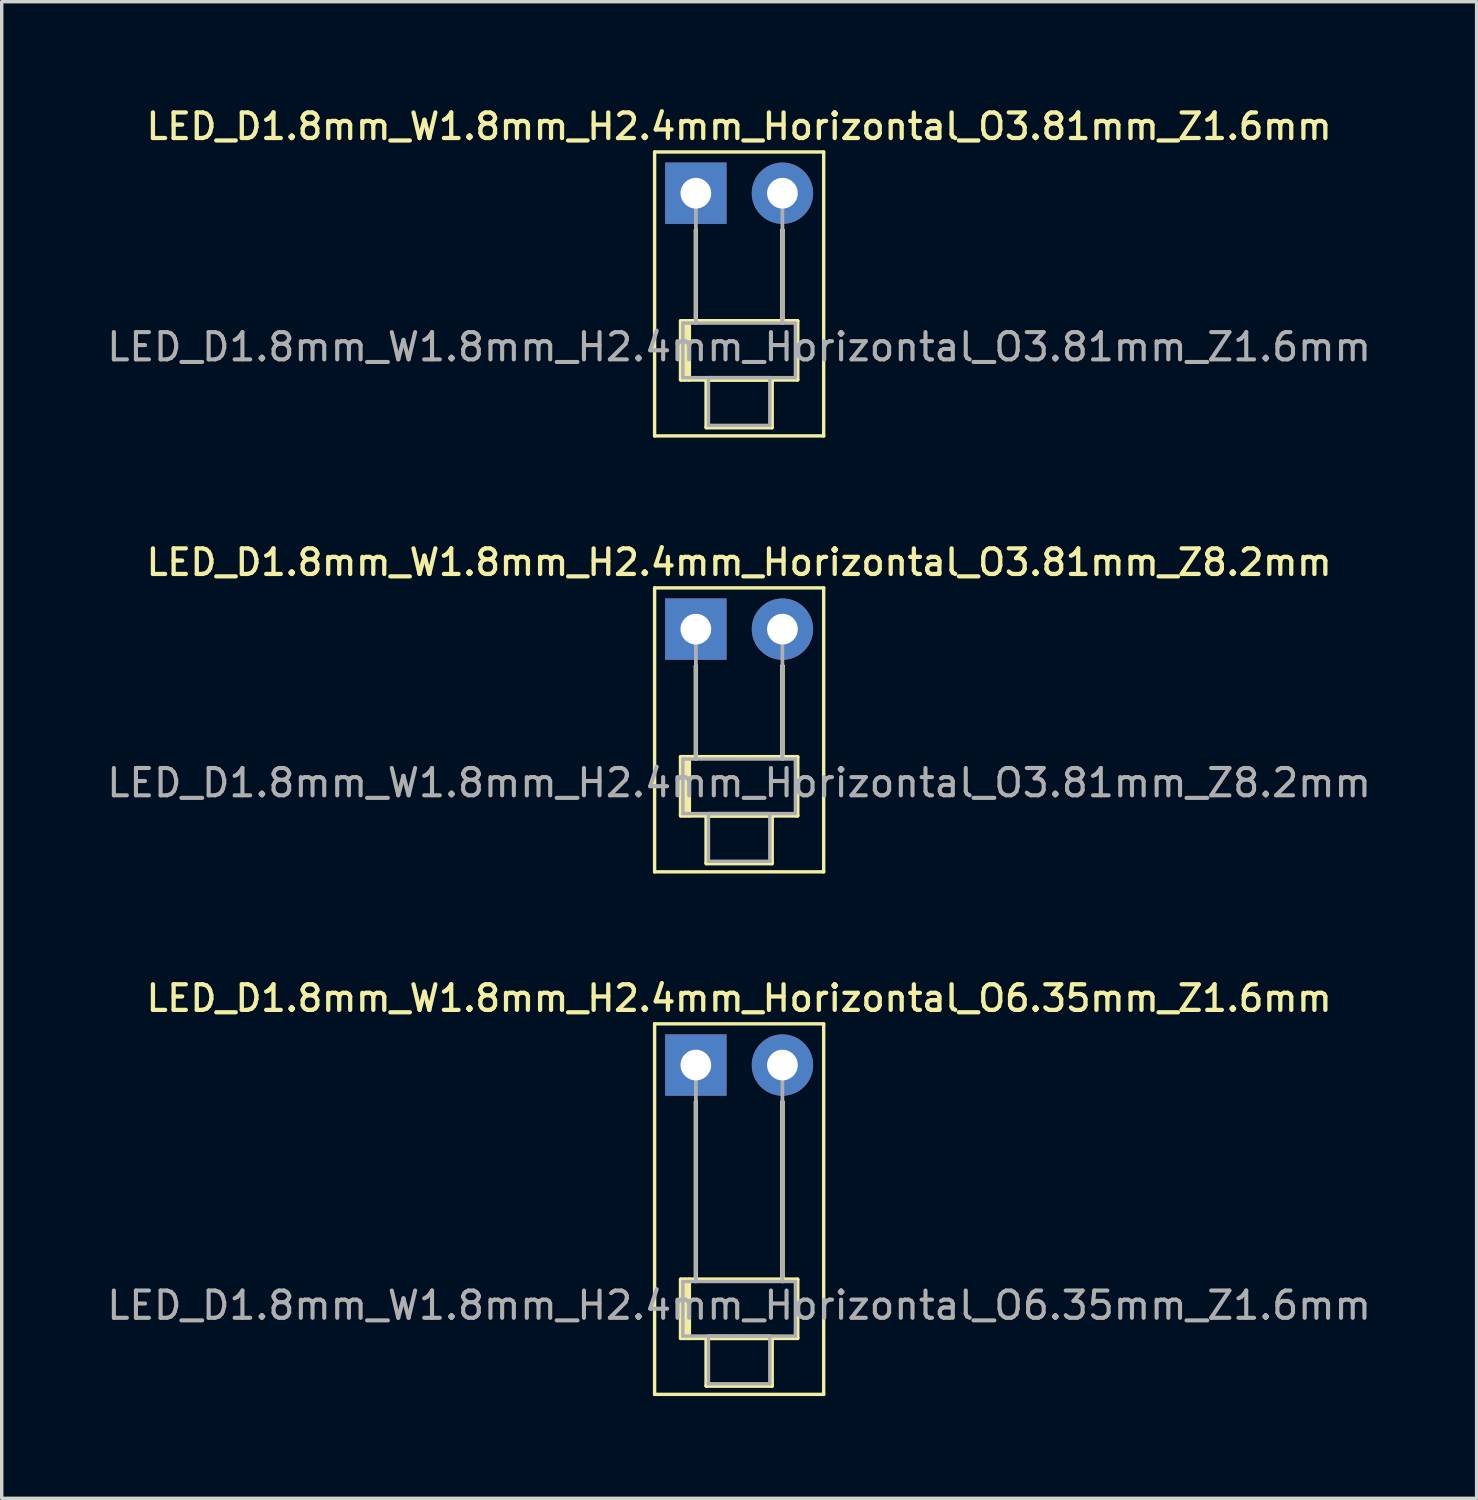
<source format=kicad_pcb>
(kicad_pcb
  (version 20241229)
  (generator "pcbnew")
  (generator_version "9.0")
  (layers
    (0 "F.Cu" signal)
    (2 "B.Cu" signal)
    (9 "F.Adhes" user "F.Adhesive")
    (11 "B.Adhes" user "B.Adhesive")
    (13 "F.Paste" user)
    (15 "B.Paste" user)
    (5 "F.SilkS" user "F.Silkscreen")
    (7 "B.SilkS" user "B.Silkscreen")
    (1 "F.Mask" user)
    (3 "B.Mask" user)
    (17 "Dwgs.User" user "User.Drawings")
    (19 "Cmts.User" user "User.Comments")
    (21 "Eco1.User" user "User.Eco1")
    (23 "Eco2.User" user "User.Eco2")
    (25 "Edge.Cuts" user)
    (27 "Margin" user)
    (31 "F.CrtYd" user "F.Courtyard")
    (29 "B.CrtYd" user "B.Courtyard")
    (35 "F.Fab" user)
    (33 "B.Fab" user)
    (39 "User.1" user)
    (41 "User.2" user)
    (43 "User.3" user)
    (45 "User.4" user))
  (footprint "LED_D1.8mm_W1.8mm_H2.4mm_Horizontal_O6.35mm_Z1.6mm"
    (layer "F.Cu")
    (at 17.363 28.194)
    (property "Reference" "LED_D1.8mm_W1.8mm_H2.4mm_Horizontal_O6.35mm_Z1.6mm" (at 1.27 -1.96 0) (layer "F.SilkS") (effects (font (size 0.75 0.75) (thickness 0.125))))
    (attr through_hole)
    (fp_line (start -1.21 -1.21) (end -1.21 9.66) (stroke (width 0.1) (type solid)) (layer "F.SilkS"))
    (fp_line (start -1.21 9.66) (end 3.75 9.66) (stroke (width 0.1) (type solid)) (layer "F.SilkS"))
    (fp_line (start -0.44 6.29) (end -0.44 8.01) (stroke (width 0.12) (type solid)) (layer "F.SilkS"))
    (fp_line (start -0.44 8.01) (end 2.98 8.01) (stroke (width 0.12) (type solid)) (layer "F.SilkS"))
    (fp_line (start -0.32 6.29) (end -0.32 8.01) (stroke (width 0.12) (type solid)) (layer "F.SilkS"))
    (fp_line (start -0.2 6.29) (end -0.2 8.01) (stroke (width 0.12) (type solid)) (layer "F.SilkS"))
    (fp_line (start 0 1.08) (end 0 1.08) (stroke (width 0.12) (type solid)) (layer "F.SilkS"))
    (fp_line (start 0 1.08) (end 0 6.29) (stroke (width 0.12) (type solid)) (layer "F.SilkS"))
    (fp_line (start 0 6.29) (end 0 1.08) (stroke (width 0.12) (type solid)) (layer "F.SilkS"))
    (fp_line (start 0 6.29) (end 0 6.29) (stroke (width 0.12) (type solid)) (layer "F.SilkS"))
    (fp_line (start 0.31 8.01) (end 0.31 9.41) (stroke (width 0.12) (type solid)) (layer "F.SilkS"))
    (fp_line (start 0.31 9.41) (end 2.23 9.41) (stroke (width 0.12) (type solid)) (layer "F.SilkS"))
    (fp_line (start 2.23 8.01) (end 0.31 8.01) (stroke (width 0.12) (type solid)) (layer "F.SilkS"))
    (fp_line (start 2.23 9.41) (end 2.23 8.01) (stroke (width 0.12) (type solid)) (layer "F.SilkS"))
    (fp_line (start 2.54 1.08) (end 2.54 1.08) (stroke (width 0.12) (type solid)) (layer "F.SilkS"))
    (fp_line (start 2.54 1.08) (end 2.54 6.29) (stroke (width 0.12) (type solid)) (layer "F.SilkS"))
    (fp_line (start 2.54 6.29) (end 2.54 1.08) (stroke (width 0.12) (type solid)) (layer "F.SilkS"))
    (fp_line (start 2.54 6.29) (end 2.54 6.29) (stroke (width 0.12) (type solid)) (layer "F.SilkS"))
    (fp_line (start 2.98 6.29) (end -0.44 6.29) (stroke (width 0.12) (type solid)) (layer "F.SilkS"))
    (fp_line (start 2.98 8.01) (end 2.98 6.29) (stroke (width 0.12) (type solid)) (layer "F.SilkS"))
    (fp_line (start 3.75 -1.21) (end -1.21 -1.21) (stroke (width 0.1) (type solid)) (layer "F.SilkS"))
    (fp_line (start 3.75 9.66) (end 3.75 -1.21) (stroke (width 0.1) (type solid)) (layer "F.SilkS"))
    (fp_line (start -0.38 6.35) (end -0.38 7.95) (stroke (width 0.1) (type solid)) (layer "F.Fab"))
    (fp_line (start -0.38 7.95) (end 2.92 7.95) (stroke (width 0.1) (type solid)) (layer "F.Fab"))
    (fp_line (start 0 0) (end 0 0) (stroke (width 0.1) (type solid)) (layer "F.Fab"))
    (fp_line (start 0 0) (end 0 6.35) (stroke (width 0.1) (type solid)) (layer "F.Fab"))
    (fp_line (start 0 6.35) (end 0 0) (stroke (width 0.1) (type solid)) (layer "F.Fab"))
    (fp_line (start 0 6.35) (end 0 6.35) (stroke (width 0.1) (type solid)) (layer "F.Fab"))
    (fp_line (start 0.37 7.95) (end 0.37 9.35) (stroke (width 0.1) (type solid)) (layer "F.Fab"))
    (fp_line (start 0.37 9.35) (end 2.17 9.35) (stroke (width 0.1) (type solid)) (layer "F.Fab"))
    (fp_line (start 2.17 7.95) (end 0.37 7.95) (stroke (width 0.1) (type solid)) (layer "F.Fab"))
    (fp_line (start 2.17 9.35) (end 2.17 7.95) (stroke (width 0.1) (type solid)) (layer "F.Fab"))
    (fp_line (start 2.54 0) (end 2.54 0) (stroke (width 0.1) (type solid)) (layer "F.Fab"))
    (fp_line (start 2.54 0) (end 2.54 6.35) (stroke (width 0.1) (type solid)) (layer "F.Fab"))
    (fp_line (start 2.54 6.35) (end 2.54 0) (stroke (width 0.1) (type solid)) (layer "F.Fab"))
    (fp_line (start 2.54 6.35) (end 2.54 6.35) (stroke (width 0.1) (type solid)) (layer "F.Fab"))
    (fp_line (start 2.92 6.35) (end -0.38 6.35) (stroke (width 0.1) (type solid)) (layer "F.Fab"))
    (fp_line (start 2.92 7.95) (end 2.92 6.35) (stroke (width 0.1) (type solid)) (layer "F.Fab"))
    (fp_text user "${REFERENCE}" (at 1.27 7.05 0) (layer "F.Fab") (effects (font (size 0.8 0.8) (thickness 0.12))))
    (pad "1" thru_hole rect (at 0 0) (size 1.8 1.8) (drill 0.9) (layers "*.Cu" "*.Mask"))
    (pad "2" thru_hole circle (at 2.54 0) (size 1.8 1.8) (drill 0.9) (layers "*.Cu" "*.Mask")))
  (footprint "LED_D1.8mm_W1.8mm_H2.4mm_Horizontal_O3.81mm_Z1.6mm"
    (layer "F.Cu")
    (at 17.363 2.618)
    (property "Reference" "LED_D1.8mm_W1.8mm_H2.4mm_Horizontal_O3.81mm_Z1.6mm" (at 1.27 -1.96 0) (layer "F.SilkS") (effects (font (size 0.75 0.75) (thickness 0.125))))
    (attr through_hole)
    (fp_line (start -1.21 -1.21) (end -1.21 7.12) (stroke (width 0.1) (type solid)) (layer "F.SilkS"))
    (fp_line (start -1.21 7.12) (end 3.75 7.12) (stroke (width 0.1) (type solid)) (layer "F.SilkS"))
    (fp_line (start -0.44 3.75) (end -0.44 5.47) (stroke (width 0.12) (type solid)) (layer "F.SilkS"))
    (fp_line (start -0.44 5.47) (end 2.98 5.47) (stroke (width 0.12) (type solid)) (layer "F.SilkS"))
    (fp_line (start -0.32 3.75) (end -0.32 5.47) (stroke (width 0.12) (type solid)) (layer "F.SilkS"))
    (fp_line (start -0.2 3.75) (end -0.2 5.47) (stroke (width 0.12) (type solid)) (layer "F.SilkS"))
    (fp_line (start 0 1.08) (end 0 1.08) (stroke (width 0.12) (type solid)) (layer "F.SilkS"))
    (fp_line (start 0 1.08) (end 0 3.75) (stroke (width 0.12) (type solid)) (layer "F.SilkS"))
    (fp_line (start 0 3.75) (end 0 1.08) (stroke (width 0.12) (type solid)) (layer "F.SilkS"))
    (fp_line (start 0 3.75) (end 0 3.75) (stroke (width 0.12) (type solid)) (layer "F.SilkS"))
    (fp_line (start 0.31 5.47) (end 0.31 6.87) (stroke (width 0.12) (type solid)) (layer "F.SilkS"))
    (fp_line (start 0.31 6.87) (end 2.23 6.87) (stroke (width 0.12) (type solid)) (layer "F.SilkS"))
    (fp_line (start 2.23 5.47) (end 0.31 5.47) (stroke (width 0.12) (type solid)) (layer "F.SilkS"))
    (fp_line (start 2.23 6.87) (end 2.23 5.47) (stroke (width 0.12) (type solid)) (layer "F.SilkS"))
    (fp_line (start 2.54 1.08) (end 2.54 1.08) (stroke (width 0.12) (type solid)) (layer "F.SilkS"))
    (fp_line (start 2.54 1.08) (end 2.54 3.75) (stroke (width 0.12) (type solid)) (layer "F.SilkS"))
    (fp_line (start 2.54 3.75) (end 2.54 1.08) (stroke (width 0.12) (type solid)) (layer "F.SilkS"))
    (fp_line (start 2.54 3.75) (end 2.54 3.75) (stroke (width 0.12) (type solid)) (layer "F.SilkS"))
    (fp_line (start 2.98 3.75) (end -0.44 3.75) (stroke (width 0.12) (type solid)) (layer "F.SilkS"))
    (fp_line (start 2.98 5.47) (end 2.98 3.75) (stroke (width 0.12) (type solid)) (layer "F.SilkS"))
    (fp_line (start 3.75 -1.21) (end -1.21 -1.21) (stroke (width 0.1) (type solid)) (layer "F.SilkS"))
    (fp_line (start 3.75 7.12) (end 3.75 -1.21) (stroke (width 0.1) (type solid)) (layer "F.SilkS"))
    (fp_line (start -0.38 3.81) (end -0.38 5.41) (stroke (width 0.1) (type solid)) (layer "F.Fab"))
    (fp_line (start -0.38 5.41) (end 2.92 5.41) (stroke (width 0.1) (type solid)) (layer "F.Fab"))
    (fp_line (start 0 0) (end 0 0) (stroke (width 0.1) (type solid)) (layer "F.Fab"))
    (fp_line (start 0 0) (end 0 3.81) (stroke (width 0.1) (type solid)) (layer "F.Fab"))
    (fp_line (start 0 3.81) (end 0 0) (stroke (width 0.1) (type solid)) (layer "F.Fab"))
    (fp_line (start 0 3.81) (end 0 3.81) (stroke (width 0.1) (type solid)) (layer "F.Fab"))
    (fp_line (start 0.37 5.41) (end 0.37 6.81) (stroke (width 0.1) (type solid)) (layer "F.Fab"))
    (fp_line (start 0.37 6.81) (end 2.17 6.81) (stroke (width 0.1) (type solid)) (layer "F.Fab"))
    (fp_line (start 2.17 5.41) (end 0.37 5.41) (stroke (width 0.1) (type solid)) (layer "F.Fab"))
    (fp_line (start 2.17 6.81) (end 2.17 5.41) (stroke (width 0.1) (type solid)) (layer "F.Fab"))
    (fp_line (start 2.54 0) (end 2.54 0) (stroke (width 0.1) (type solid)) (layer "F.Fab"))
    (fp_line (start 2.54 0) (end 2.54 3.81) (stroke (width 0.1) (type solid)) (layer "F.Fab"))
    (fp_line (start 2.54 3.81) (end 2.54 0) (stroke (width 0.1) (type solid)) (layer "F.Fab"))
    (fp_line (start 2.54 3.81) (end 2.54 3.81) (stroke (width 0.1) (type solid)) (layer "F.Fab"))
    (fp_line (start 2.92 3.81) (end -0.38 3.81) (stroke (width 0.1) (type solid)) (layer "F.Fab"))
    (fp_line (start 2.92 5.41) (end 2.92 3.81) (stroke (width 0.1) (type solid)) (layer "F.Fab"))
    (fp_text user "${REFERENCE}" (at 1.27 4.51 0) (layer "F.Fab") (effects (font (size 0.8 0.8) (thickness 0.12))))
    (pad "1" thru_hole rect (at 0 0) (size 1.8 1.8) (drill 0.9) (layers "*.Cu" "*.Mask"))
    (pad "2" thru_hole circle (at 2.54 0) (size 1.8 1.8) (drill 0.9) (layers "*.Cu" "*.Mask")))
  (footprint "LED_D1.8mm_W1.8mm_H2.4mm_Horizontal_O3.81mm_Z8.2mm"
    (layer "F.Cu")
    (at 17.363 15.406)
    (property "Reference" "LED_D1.8mm_W1.8mm_H2.4mm_Horizontal_O3.81mm_Z8.2mm" (at 1.27 -1.96 0) (layer "F.SilkS") (effects (font (size 0.75 0.75) (thickness 0.125))))
    (attr through_hole)
    (fp_line (start -1.21 -1.21) (end -1.21 7.12) (stroke (width 0.1) (type solid)) (layer "F.SilkS"))
    (fp_line (start -1.21 7.12) (end 3.75 7.12) (stroke (width 0.1) (type solid)) (layer "F.SilkS"))
    (fp_line (start -0.44 3.75) (end -0.44 5.47) (stroke (width 0.12) (type solid)) (layer "F.SilkS"))
    (fp_line (start -0.44 5.47) (end 2.98 5.47) (stroke (width 0.12) (type solid)) (layer "F.SilkS"))
    (fp_line (start -0.32 3.75) (end -0.32 5.47) (stroke (width 0.12) (type solid)) (layer "F.SilkS"))
    (fp_line (start -0.2 3.75) (end -0.2 5.47) (stroke (width 0.12) (type solid)) (layer "F.SilkS"))
    (fp_line (start 0 1.08) (end 0 1.08) (stroke (width 0.12) (type solid)) (layer "F.SilkS"))
    (fp_line (start 0 1.08) (end 0 3.75) (stroke (width 0.12) (type solid)) (layer "F.SilkS"))
    (fp_line (start 0 3.75) (end 0 1.08) (stroke (width 0.12) (type solid)) (layer "F.SilkS"))
    (fp_line (start 0 3.75) (end 0 3.75) (stroke (width 0.12) (type solid)) (layer "F.SilkS"))
    (fp_line (start 0.31 5.47) (end 0.31 6.87) (stroke (width 0.12) (type solid)) (layer "F.SilkS"))
    (fp_line (start 0.31 6.87) (end 2.23 6.87) (stroke (width 0.12) (type solid)) (layer "F.SilkS"))
    (fp_line (start 2.23 5.47) (end 0.31 5.47) (stroke (width 0.12) (type solid)) (layer "F.SilkS"))
    (fp_line (start 2.23 6.87) (end 2.23 5.47) (stroke (width 0.12) (type solid)) (layer "F.SilkS"))
    (fp_line (start 2.54 1.08) (end 2.54 1.08) (stroke (width 0.12) (type solid)) (layer "F.SilkS"))
    (fp_line (start 2.54 1.08) (end 2.54 3.75) (stroke (width 0.12) (type solid)) (layer "F.SilkS"))
    (fp_line (start 2.54 3.75) (end 2.54 1.08) (stroke (width 0.12) (type solid)) (layer "F.SilkS"))
    (fp_line (start 2.54 3.75) (end 2.54 3.75) (stroke (width 0.12) (type solid)) (layer "F.SilkS"))
    (fp_line (start 2.98 3.75) (end -0.44 3.75) (stroke (width 0.12) (type solid)) (layer "F.SilkS"))
    (fp_line (start 2.98 5.47) (end 2.98 3.75) (stroke (width 0.12) (type solid)) (layer "F.SilkS"))
    (fp_line (start 3.75 -1.21) (end -1.21 -1.21) (stroke (width 0.1) (type solid)) (layer "F.SilkS"))
    (fp_line (start 3.75 7.12) (end 3.75 -1.21) (stroke (width 0.1) (type solid)) (layer "F.SilkS"))
    (fp_line (start -0.38 3.81) (end -0.38 5.41) (stroke (width 0.1) (type solid)) (layer "F.Fab"))
    (fp_line (start -0.38 5.41) (end 2.92 5.41) (stroke (width 0.1) (type solid)) (layer "F.Fab"))
    (fp_line (start 0 0) (end 0 0) (stroke (width 0.1) (type solid)) (layer "F.Fab"))
    (fp_line (start 0 0) (end 0 3.81) (stroke (width 0.1) (type solid)) (layer "F.Fab"))
    (fp_line (start 0 3.81) (end 0 0) (stroke (width 0.1) (type solid)) (layer "F.Fab"))
    (fp_line (start 0 3.81) (end 0 3.81) (stroke (width 0.1) (type solid)) (layer "F.Fab"))
    (fp_line (start 0.37 5.41) (end 0.37 6.81) (stroke (width 0.1) (type solid)) (layer "F.Fab"))
    (fp_line (start 0.37 6.81) (end 2.17 6.81) (stroke (width 0.1) (type solid)) (layer "F.Fab"))
    (fp_line (start 2.17 5.41) (end 0.37 5.41) (stroke (width 0.1) (type solid)) (layer "F.Fab"))
    (fp_line (start 2.17 6.81) (end 2.17 5.41) (stroke (width 0.1) (type solid)) (layer "F.Fab"))
    (fp_line (start 2.54 0) (end 2.54 0) (stroke (width 0.1) (type solid)) (layer "F.Fab"))
    (fp_line (start 2.54 0) (end 2.54 3.81) (stroke (width 0.1) (type solid)) (layer "F.Fab"))
    (fp_line (start 2.54 3.81) (end 2.54 0) (stroke (width 0.1) (type solid)) (layer "F.Fab"))
    (fp_line (start 2.54 3.81) (end 2.54 3.81) (stroke (width 0.1) (type solid)) (layer "F.Fab"))
    (fp_line (start 2.92 3.81) (end -0.38 3.81) (stroke (width 0.1) (type solid)) (layer "F.Fab"))
    (fp_line (start 2.92 5.41) (end 2.92 3.81) (stroke (width 0.1) (type solid)) (layer "F.Fab"))
    (fp_text user "${REFERENCE}" (at 1.27 4.51 0) (layer "F.Fab") (effects (font (size 0.8 0.8) (thickness 0.12))))
    (pad "1" thru_hole rect (at 0 0) (size 1.8 1.8) (drill 0.9) (layers "*.Cu" "*.Mask"))
    (pad "2" thru_hole circle (at 2.54 0) (size 1.8 1.8) (drill 0.9) (layers "*.Cu" "*.Mask")))
  (gr_rect
    (start -3 -3)
    (end 40.267 40.904)
    (stroke (width 0.1) (type default))
    (fill no)
    (layer "Edge.Cuts")))
</source>
